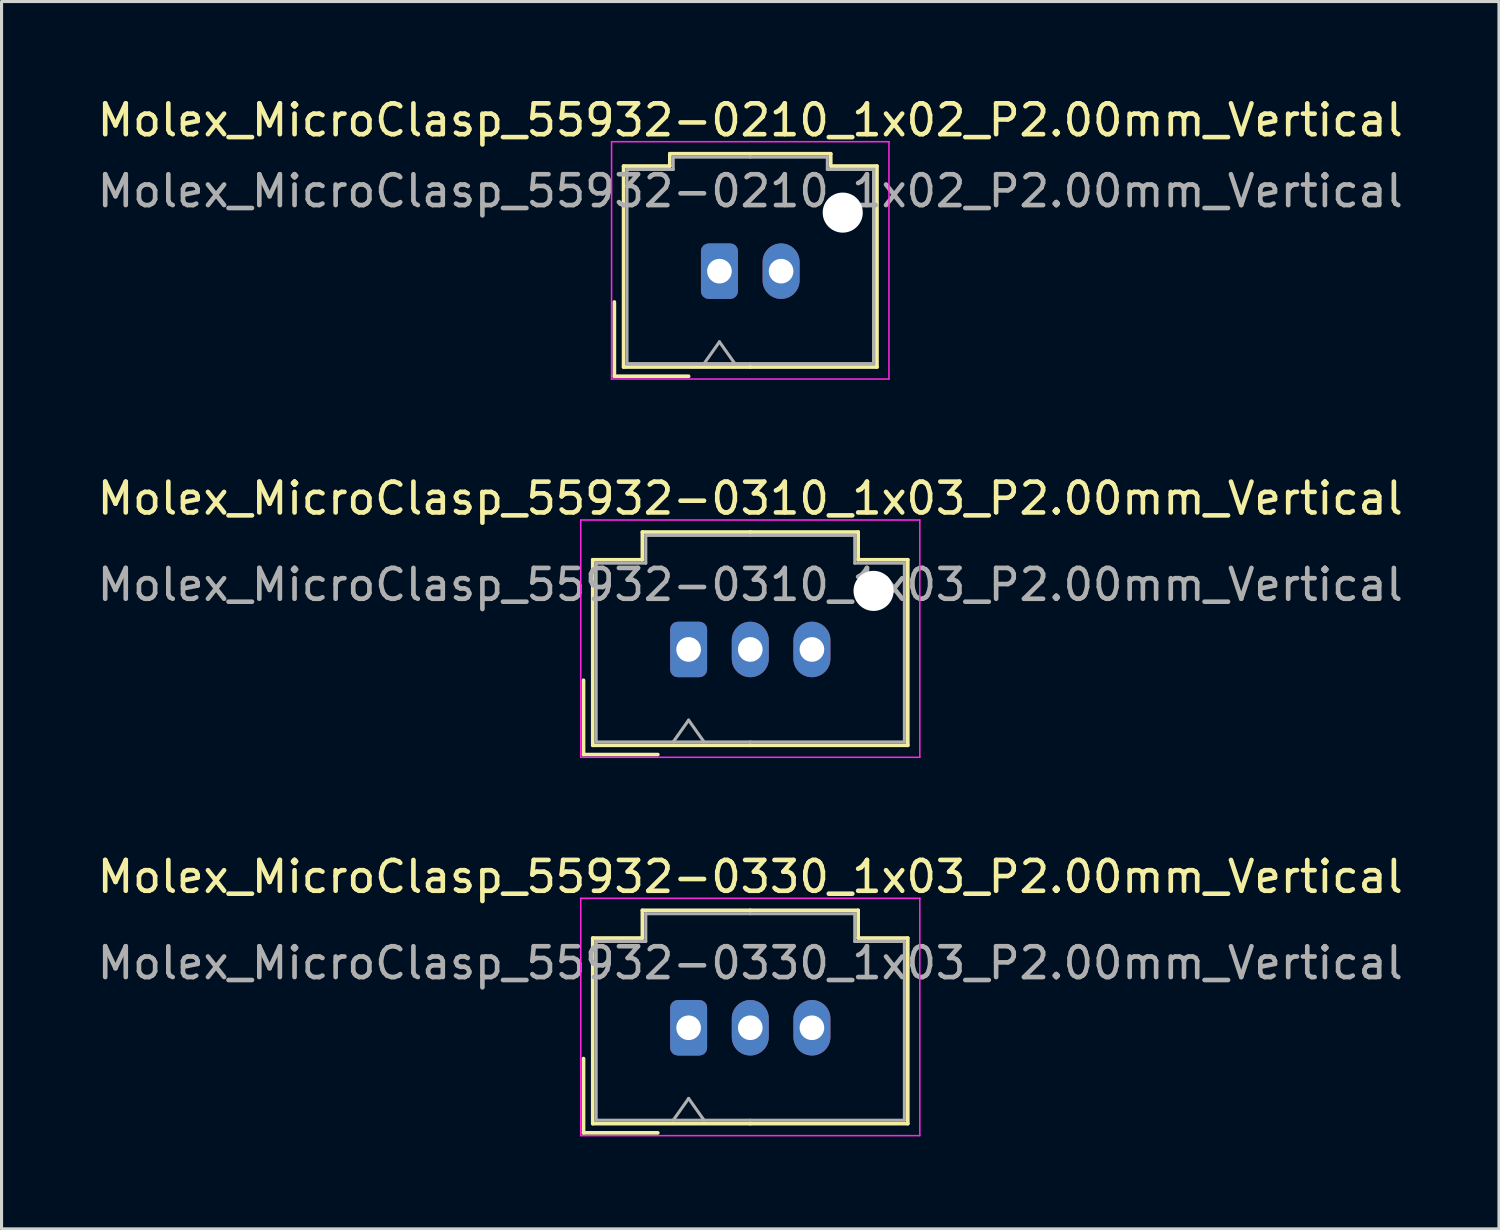
<source format=kicad_pcb>
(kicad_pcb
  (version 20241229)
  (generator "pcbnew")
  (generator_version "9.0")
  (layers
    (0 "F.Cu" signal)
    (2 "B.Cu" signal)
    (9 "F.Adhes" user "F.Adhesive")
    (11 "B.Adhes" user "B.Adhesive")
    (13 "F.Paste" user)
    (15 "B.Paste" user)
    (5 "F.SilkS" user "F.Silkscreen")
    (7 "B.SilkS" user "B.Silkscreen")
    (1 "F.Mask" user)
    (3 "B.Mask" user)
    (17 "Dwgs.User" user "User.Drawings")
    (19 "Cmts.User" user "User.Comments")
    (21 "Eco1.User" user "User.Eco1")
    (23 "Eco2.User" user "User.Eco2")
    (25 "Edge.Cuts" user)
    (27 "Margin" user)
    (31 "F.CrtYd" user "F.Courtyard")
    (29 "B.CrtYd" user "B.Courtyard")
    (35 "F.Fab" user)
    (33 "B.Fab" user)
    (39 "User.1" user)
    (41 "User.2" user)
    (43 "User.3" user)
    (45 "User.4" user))
  (footprint "Molex_MicroClasp_55932-0330_1x03_P2.00mm_Vertical"
    (layer "F.Cu")
    (at 19.292 30.295)
    (property "Reference" "Molex_MicroClasp_55932-0330_1x03_P2.00mm_Vertical" (at 2 -4.9 0) (layer "F.SilkS") (effects (font (size 1 1) (thickness 0.15))))
    (attr through_hole)
    (fp_line (start -3.41 1) (end -3.41 3.41) (stroke (width 0.12) (type solid)) (layer "F.SilkS"))
    (fp_line (start -3.41 3.41) (end -1 3.41) (stroke (width 0.12) (type solid)) (layer "F.SilkS"))
    (fp_line (start -3.11 -2.91) (end -3.11 3.11) (stroke (width 0.12) (type solid)) (layer "F.SilkS"))
    (fp_line (start -3.11 3.11) (end 2 3.11) (stroke (width 0.12) (type solid)) (layer "F.SilkS"))
    (fp_line (start -1.5 -3.81) (end -1.5 -2.91) (stroke (width 0.12) (type solid)) (layer "F.SilkS"))
    (fp_line (start -1.5 -2.91) (end -3.11 -2.91) (stroke (width 0.12) (type solid)) (layer "F.SilkS"))
    (fp_line (start 2 -3.81) (end -1.5 -3.81) (stroke (width 0.12) (type solid)) (layer "F.SilkS"))
    (fp_line (start 2 -3.81) (end 5.5 -3.81) (stroke (width 0.12) (type solid)) (layer "F.SilkS"))
    (fp_line (start 5.5 -3.81) (end 5.5 -2.91) (stroke (width 0.12) (type solid)) (layer "F.SilkS"))
    (fp_line (start 5.5 -2.91) (end 7.11 -2.91) (stroke (width 0.12) (type solid)) (layer "F.SilkS"))
    (fp_line (start 7.11 -2.91) (end 7.11 3.11) (stroke (width 0.12) (type solid)) (layer "F.SilkS"))
    (fp_line (start 7.11 3.11) (end 2 3.11) (stroke (width 0.12) (type solid)) (layer "F.SilkS"))
    (fp_line (start -3.5 -4.2) (end -3.5 3.5) (stroke (width 0.05) (type solid)) (layer "F.CrtYd"))
    (fp_line (start -3.5 3.5) (end 7.5 3.5) (stroke (width 0.05) (type solid)) (layer "F.CrtYd"))
    (fp_line (start 7.5 -4.2) (end -3.5 -4.2) (stroke (width 0.05) (type solid)) (layer "F.CrtYd"))
    (fp_line (start 7.5 3.5) (end 7.5 -4.2) (stroke (width 0.05) (type solid)) (layer "F.CrtYd"))
    (fp_line (start -3 -2.8) (end -3 3) (stroke (width 0.1) (type solid)) (layer "F.Fab"))
    (fp_line (start -3 3) (end 2 3) (stroke (width 0.1) (type solid)) (layer "F.Fab"))
    (fp_line (start -1.39 -3.7) (end -1.39 -2.8) (stroke (width 0.1) (type solid)) (layer "F.Fab"))
    (fp_line (start -1.39 -2.8) (end -3 -2.8) (stroke (width 0.1) (type solid)) (layer "F.Fab"))
    (fp_line (start -0.5 3) (end 0 2.293) (stroke (width 0.1) (type solid)) (layer "F.Fab"))
    (fp_line (start 0 2.293) (end 0.5 3) (stroke (width 0.1) (type solid)) (layer "F.Fab"))
    (fp_line (start 2 -3.7) (end -1.39 -3.7) (stroke (width 0.1) (type solid)) (layer "F.Fab"))
    (fp_line (start 2 -3.7) (end 5.39 -3.7) (stroke (width 0.1) (type solid)) (layer "F.Fab"))
    (fp_line (start 5.39 -3.7) (end 5.39 -2.8) (stroke (width 0.1) (type solid)) (layer "F.Fab"))
    (fp_line (start 5.39 -2.8) (end 7 -2.8) (stroke (width 0.1) (type solid)) (layer "F.Fab"))
    (fp_line (start 7 -2.8) (end 7 3) (stroke (width 0.1) (type solid)) (layer "F.Fab"))
    (fp_line (start 7 3) (end 2 3) (stroke (width 0.1) (type solid)) (layer "F.Fab"))
    (fp_text user "${REFERENCE}" (at 2 -2.1 0) (layer "F.Fab") (effects (font (size 1 1) (thickness 0.15))))
    (pad "1" thru_hole roundrect (at 0 0) (size 1.2 1.8) (drill 0.8) (layers "*.Cu" "*.Mask") (roundrect_rratio 0.208))
    (pad "2" thru_hole oval (at 2 0) (size 1.2 1.8) (drill 0.8) (layers "*.Cu" "*.Mask"))
    (pad "3" thru_hole oval (at 4 0) (size 1.2 1.8) (drill 0.8) (layers "*.Cu" "*.Mask")))
  (footprint "Molex_MicroClasp_55932-0210_1x02_P2.00mm_Vertical"
    (layer "F.Cu")
    (at 20.292 5.748)
    (property "Reference" "Molex_MicroClasp_55932-0210_1x02_P2.00mm_Vertical" (at 1 -4.9 0) (layer "F.SilkS") (effects (font (size 1 1) (thickness 0.15))))
    (attr through_hole)
    (fp_line (start -3.41 1) (end -3.41 3.41) (stroke (width 0.12) (type solid)) (layer "F.SilkS"))
    (fp_line (start -3.41 3.41) (end -1 3.41) (stroke (width 0.12) (type solid)) (layer "F.SilkS"))
    (fp_line (start -3.11 -3.41) (end -3.11 3.11) (stroke (width 0.12) (type solid)) (layer "F.SilkS"))
    (fp_line (start -3.11 3.11) (end 1 3.11) (stroke (width 0.12) (type solid)) (layer "F.SilkS"))
    (fp_line (start -1.61 -3.81) (end -1.61 -3.41) (stroke (width 0.12) (type solid)) (layer "F.SilkS"))
    (fp_line (start -1.61 -3.41) (end -3.11 -3.41) (stroke (width 0.12) (type solid)) (layer "F.SilkS"))
    (fp_line (start 1 -3.81) (end -1.61 -3.81) (stroke (width 0.12) (type solid)) (layer "F.SilkS"))
    (fp_line (start 1 -3.81) (end 3.61 -3.81) (stroke (width 0.12) (type solid)) (layer "F.SilkS"))
    (fp_line (start 3.61 -3.81) (end 3.61 -3.41) (stroke (width 0.12) (type solid)) (layer "F.SilkS"))
    (fp_line (start 3.61 -3.41) (end 5.11 -3.41) (stroke (width 0.12) (type solid)) (layer "F.SilkS"))
    (fp_line (start 5.11 -3.41) (end 5.11 3.11) (stroke (width 0.12) (type solid)) (layer "F.SilkS"))
    (fp_line (start 5.11 3.11) (end 1 3.11) (stroke (width 0.12) (type solid)) (layer "F.SilkS"))
    (fp_line (start -3.5 -4.2) (end -3.5 3.5) (stroke (width 0.05) (type solid)) (layer "F.CrtYd"))
    (fp_line (start -3.5 3.5) (end 5.5 3.5) (stroke (width 0.05) (type solid)) (layer "F.CrtYd"))
    (fp_line (start 5.5 -4.2) (end -3.5 -4.2) (stroke (width 0.05) (type solid)) (layer "F.CrtYd"))
    (fp_line (start 5.5 3.5) (end 5.5 -4.2) (stroke (width 0.05) (type solid)) (layer "F.CrtYd"))
    (fp_line (start -3 -3.3) (end -3 3) (stroke (width 0.1) (type solid)) (layer "F.Fab"))
    (fp_line (start -3 3) (end 1 3) (stroke (width 0.1) (type solid)) (layer "F.Fab"))
    (fp_line (start -1.5 -3.7) (end -1.5 -3.3) (stroke (width 0.1) (type solid)) (layer "F.Fab"))
    (fp_line (start -1.5 -3.3) (end -3 -3.3) (stroke (width 0.1) (type solid)) (layer "F.Fab"))
    (fp_line (start -0.5 3) (end 0 2.293) (stroke (width 0.1) (type solid)) (layer "F.Fab"))
    (fp_line (start 0 2.293) (end 0.5 3) (stroke (width 0.1) (type solid)) (layer "F.Fab"))
    (fp_line (start 1 -3.7) (end -1.5 -3.7) (stroke (width 0.1) (type solid)) (layer "F.Fab"))
    (fp_line (start 1 -3.7) (end 3.5 -3.7) (stroke (width 0.1) (type solid)) (layer "F.Fab"))
    (fp_line (start 3.5 -3.7) (end 3.5 -3.3) (stroke (width 0.1) (type solid)) (layer "F.Fab"))
    (fp_line (start 3.5 -3.3) (end 5 -3.3) (stroke (width 0.1) (type solid)) (layer "F.Fab"))
    (fp_line (start 5 -3.3) (end 5 3) (stroke (width 0.1) (type solid)) (layer "F.Fab"))
    (fp_line (start 5 3) (end 1 3) (stroke (width 0.1) (type solid)) (layer "F.Fab"))
    (fp_text user "${REFERENCE}" (at 1 -2.6 0) (layer "F.Fab") (effects (font (size 1 1) (thickness 0.15))))
    (pad "" np_thru_hole circle (at 4 -1.9) (size 1.3 1.3) (drill 1.3) (layers "*.Cu" "*.Mask"))
    (pad "1" thru_hole roundrect (at 0 0) (size 1.2 1.8) (drill 0.8) (layers "*.Cu" "*.Mask") (roundrect_rratio 0.208))
    (pad "2" thru_hole oval (at 2 0) (size 1.2 1.8) (drill 0.8) (layers "*.Cu" "*.Mask")))
  (footprint "Molex_MicroClasp_55932-0310_1x03_P2.00mm_Vertical"
    (layer "F.Cu")
    (at 19.292 18.021)
    (property "Reference" "Molex_MicroClasp_55932-0310_1x03_P2.00mm_Vertical" (at 2 -4.9 0) (layer "F.SilkS") (effects (font (size 1 1) (thickness 0.15))))
    (attr through_hole)
    (fp_line (start -3.41 1) (end -3.41 3.41) (stroke (width 0.12) (type solid)) (layer "F.SilkS"))
    (fp_line (start -3.41 3.41) (end -1 3.41) (stroke (width 0.12) (type solid)) (layer "F.SilkS"))
    (fp_line (start -3.11 -2.91) (end -3.11 3.11) (stroke (width 0.12) (type solid)) (layer "F.SilkS"))
    (fp_line (start -3.11 3.11) (end 2 3.11) (stroke (width 0.12) (type solid)) (layer "F.SilkS"))
    (fp_line (start -1.5 -3.81) (end -1.5 -2.91) (stroke (width 0.12) (type solid)) (layer "F.SilkS"))
    (fp_line (start -1.5 -2.91) (end -3.11 -2.91) (stroke (width 0.12) (type solid)) (layer "F.SilkS"))
    (fp_line (start 2 -3.81) (end -1.5 -3.81) (stroke (width 0.12) (type solid)) (layer "F.SilkS"))
    (fp_line (start 2 -3.81) (end 5.5 -3.81) (stroke (width 0.12) (type solid)) (layer "F.SilkS"))
    (fp_line (start 5.5 -3.81) (end 5.5 -2.91) (stroke (width 0.12) (type solid)) (layer "F.SilkS"))
    (fp_line (start 5.5 -2.91) (end 7.11 -2.91) (stroke (width 0.12) (type solid)) (layer "F.SilkS"))
    (fp_line (start 7.11 -2.91) (end 7.11 3.11) (stroke (width 0.12) (type solid)) (layer "F.SilkS"))
    (fp_line (start 7.11 3.11) (end 2 3.11) (stroke (width 0.12) (type solid)) (layer "F.SilkS"))
    (fp_line (start -3.5 -4.2) (end -3.5 3.5) (stroke (width 0.05) (type solid)) (layer "F.CrtYd"))
    (fp_line (start -3.5 3.5) (end 7.5 3.5) (stroke (width 0.05) (type solid)) (layer "F.CrtYd"))
    (fp_line (start 7.5 -4.2) (end -3.5 -4.2) (stroke (width 0.05) (type solid)) (layer "F.CrtYd"))
    (fp_line (start 7.5 3.5) (end 7.5 -4.2) (stroke (width 0.05) (type solid)) (layer "F.CrtYd"))
    (fp_line (start -3 -2.8) (end -3 3) (stroke (width 0.1) (type solid)) (layer "F.Fab"))
    (fp_line (start -3 3) (end 2 3) (stroke (width 0.1) (type solid)) (layer "F.Fab"))
    (fp_line (start -1.39 -3.7) (end -1.39 -2.8) (stroke (width 0.1) (type solid)) (layer "F.Fab"))
    (fp_line (start -1.39 -2.8) (end -3 -2.8) (stroke (width 0.1) (type solid)) (layer "F.Fab"))
    (fp_line (start -0.5 3) (end 0 2.293) (stroke (width 0.1) (type solid)) (layer "F.Fab"))
    (fp_line (start 0 2.293) (end 0.5 3) (stroke (width 0.1) (type solid)) (layer "F.Fab"))
    (fp_line (start 2 -3.7) (end -1.39 -3.7) (stroke (width 0.1) (type solid)) (layer "F.Fab"))
    (fp_line (start 2 -3.7) (end 5.39 -3.7) (stroke (width 0.1) (type solid)) (layer "F.Fab"))
    (fp_line (start 5.39 -3.7) (end 5.39 -2.8) (stroke (width 0.1) (type solid)) (layer "F.Fab"))
    (fp_line (start 5.39 -2.8) (end 7 -2.8) (stroke (width 0.1) (type solid)) (layer "F.Fab"))
    (fp_line (start 7 -2.8) (end 7 3) (stroke (width 0.1) (type solid)) (layer "F.Fab"))
    (fp_line (start 7 3) (end 2 3) (stroke (width 0.1) (type solid)) (layer "F.Fab"))
    (fp_text user "${REFERENCE}" (at 2 -2.1 0) (layer "F.Fab") (effects (font (size 1 1) (thickness 0.15))))
    (pad "" np_thru_hole circle (at 6 -1.9) (size 1.3 1.3) (drill 1.3) (layers "*.Cu" "*.Mask"))
    (pad "1" thru_hole roundrect (at 0 0) (size 1.2 1.8) (drill 0.8) (layers "*.Cu" "*.Mask") (roundrect_rratio 0.208))
    (pad "2" thru_hole oval (at 2 0) (size 1.2 1.8) (drill 0.8) (layers "*.Cu" "*.Mask"))
    (pad "3" thru_hole oval (at 4 0) (size 1.2 1.8) (drill 0.8) (layers "*.Cu" "*.Mask")))
  (gr_rect
    (start -3 -3)
    (end 45.583 36.82)
    (stroke (width 0.1) (type default))
    (fill no)
    (layer "Edge.Cuts")))
</source>
